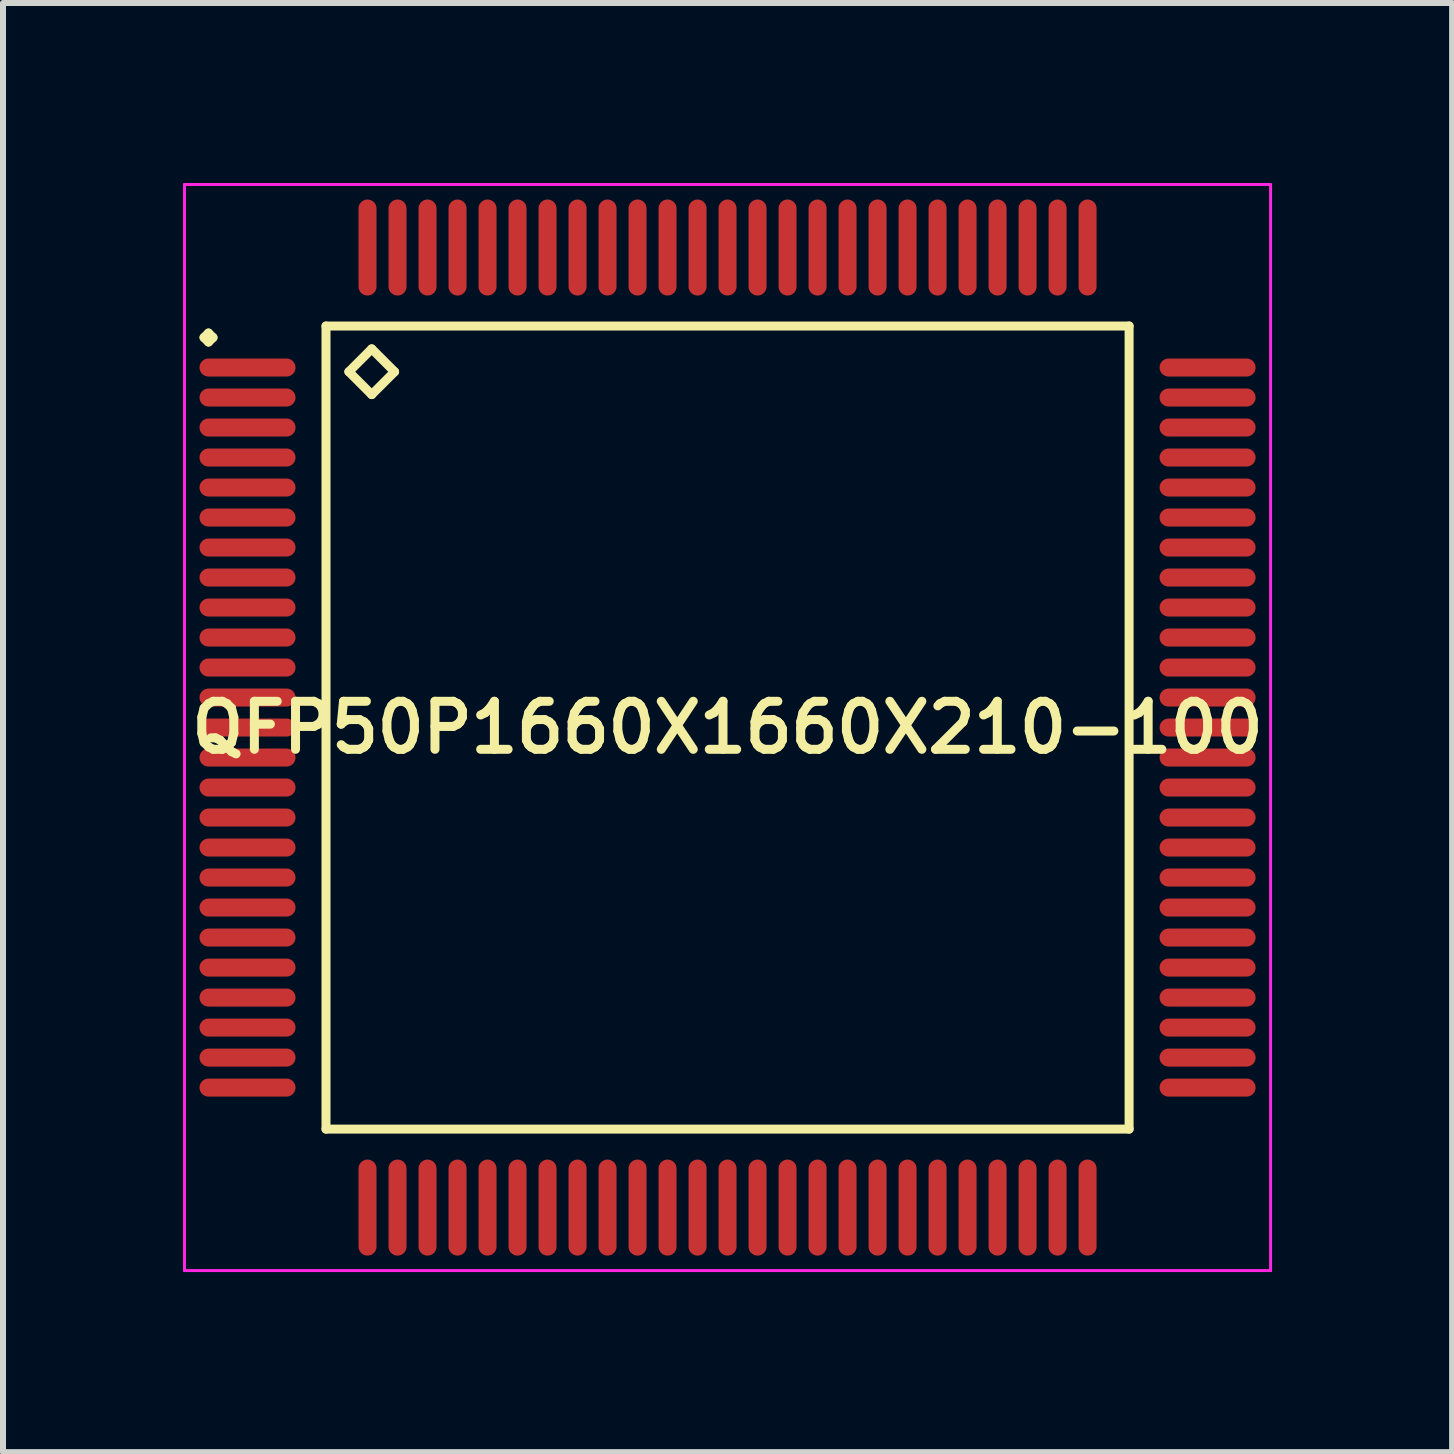
<source format=kicad_pcb>
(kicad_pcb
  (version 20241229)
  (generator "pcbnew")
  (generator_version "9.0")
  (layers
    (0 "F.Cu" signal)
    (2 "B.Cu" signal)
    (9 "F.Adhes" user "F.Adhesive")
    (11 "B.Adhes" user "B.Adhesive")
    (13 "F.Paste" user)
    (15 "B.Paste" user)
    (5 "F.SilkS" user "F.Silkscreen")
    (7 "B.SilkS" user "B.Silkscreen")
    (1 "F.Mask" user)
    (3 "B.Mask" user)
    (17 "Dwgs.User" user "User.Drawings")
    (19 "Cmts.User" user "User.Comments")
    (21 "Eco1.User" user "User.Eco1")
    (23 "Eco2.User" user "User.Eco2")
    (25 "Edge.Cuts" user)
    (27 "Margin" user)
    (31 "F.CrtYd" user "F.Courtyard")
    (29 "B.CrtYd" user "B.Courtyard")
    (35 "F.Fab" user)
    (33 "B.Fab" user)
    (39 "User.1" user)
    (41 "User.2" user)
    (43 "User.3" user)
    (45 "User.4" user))
  (footprint "QFP50P1660X1660X210-100"
    (layer "F.Cu")
    (at 9.075 9.075)
    (property "Reference" "QFP50P1660X1660X210-100" (at 0 0 0) (layer "F.SilkS") (effects (font (size 0.8 0.8) (thickness 0.15))))
    (attr smd)
    (fp_line (start -8.725 -6.5) (end -8.65 -6.575) (stroke (width 0.15) (type solid)) (layer "F.SilkS"))
    (fp_line (start -8.65 -6.575) (end -8.575 -6.5) (stroke (width 0.15) (type solid)) (layer "F.SilkS"))
    (fp_line (start -8.65 -6.425) (end -8.725 -6.5) (stroke (width 0.15) (type solid)) (layer "F.SilkS"))
    (fp_line (start -8.575 -6.5) (end -8.65 -6.425) (stroke (width 0.15) (type solid)) (layer "F.SilkS"))
    (fp_line (start -6.692 -6.692) (end -6.692 6.692) (stroke (width 0.15) (type solid)) (layer "F.SilkS"))
    (fp_line (start -6.692 6.692) (end 6.692 6.692) (stroke (width 0.15) (type solid)) (layer "F.SilkS"))
    (fp_line (start -6.311 -5.93) (end -5.93 -6.311) (stroke (width 0.15) (type solid)) (layer "F.SilkS"))
    (fp_line (start -5.93 -6.311) (end -5.549 -5.93) (stroke (width 0.15) (type solid)) (layer "F.SilkS"))
    (fp_line (start -5.93 -5.549) (end -6.311 -5.93) (stroke (width 0.15) (type solid)) (layer "F.SilkS"))
    (fp_line (start -5.549 -5.93) (end -5.93 -5.549) (stroke (width 0.15) (type solid)) (layer "F.SilkS"))
    (fp_line (start 6.692 -6.692) (end -6.692 -6.692) (stroke (width 0.15) (type solid)) (layer "F.SilkS"))
    (fp_line (start 6.692 6.692) (end 6.692 -6.692) (stroke (width 0.15) (type solid)) (layer "F.SilkS"))
    (fp_line (start -9.05 -9.05) (end 9.05 -9.05) (stroke (width 0.05) (type solid)) (layer "F.CrtYd"))
    (fp_line (start -9.05 9.05) (end -9.05 -9.05) (stroke (width 0.05) (type solid)) (layer "F.CrtYd"))
    (fp_line (start 9.05 -9.05) (end 9.05 9.05) (stroke (width 0.05) (type solid)) (layer "F.CrtYd"))
    (fp_line (start 9.05 9.05) (end -9.05 9.05) (stroke (width 0.05) (type solid)) (layer "F.CrtYd"))
    (pad "1" smd oval (at -8 -6) (size 1.6 0.3) (layers "F.Cu" "F.Mask" "F.Paste"))
    (pad "2" smd oval (at -8 -5.5) (size 1.6 0.3) (layers "F.Cu" "F.Mask" "F.Paste"))
    (pad "3" smd oval (at -8 -5) (size 1.6 0.3) (layers "F.Cu" "F.Mask" "F.Paste"))
    (pad "4" smd oval (at -8 -4.5) (size 1.6 0.3) (layers "F.Cu" "F.Mask" "F.Paste"))
    (pad "5" smd oval (at -8 -4) (size 1.6 0.3) (layers "F.Cu" "F.Mask" "F.Paste"))
    (pad "6" smd oval (at -8 -3.5) (size 1.6 0.3) (layers "F.Cu" "F.Mask" "F.Paste"))
    (pad "7" smd oval (at -8 -3) (size 1.6 0.3) (layers "F.Cu" "F.Mask" "F.Paste"))
    (pad "8" smd oval (at -8 -2.5) (size 1.6 0.3) (layers "F.Cu" "F.Mask" "F.Paste"))
    (pad "9" smd oval (at -8 -2) (size 1.6 0.3) (layers "F.Cu" "F.Mask" "F.Paste"))
    (pad "10" smd oval (at -8 -1.5) (size 1.6 0.3) (layers "F.Cu" "F.Mask" "F.Paste"))
    (pad "11" smd oval (at -8 -1) (size 1.6 0.3) (layers "F.Cu" "F.Mask" "F.Paste"))
    (pad "12" smd oval (at -8 -0.5) (size 1.6 0.3) (layers "F.Cu" "F.Mask" "F.Paste"))
    (pad "13" smd oval (at -8 0) (size 1.6 0.3) (layers "F.Cu" "F.Mask" "F.Paste"))
    (pad "14" smd oval (at -8 0.5) (size 1.6 0.3) (layers "F.Cu" "F.Mask" "F.Paste"))
    (pad "15" smd oval (at -8 1) (size 1.6 0.3) (layers "F.Cu" "F.Mask" "F.Paste"))
    (pad "16" smd oval (at -8 1.5) (size 1.6 0.3) (layers "F.Cu" "F.Mask" "F.Paste"))
    (pad "17" smd oval (at -8 2) (size 1.6 0.3) (layers "F.Cu" "F.Mask" "F.Paste"))
    (pad "18" smd oval (at -8 2.5) (size 1.6 0.3) (layers "F.Cu" "F.Mask" "F.Paste"))
    (pad "19" smd oval (at -8 3) (size 1.6 0.3) (layers "F.Cu" "F.Mask" "F.Paste"))
    (pad "20" smd oval (at -8 3.5) (size 1.6 0.3) (layers "F.Cu" "F.Mask" "F.Paste"))
    (pad "21" smd oval (at -8 4) (size 1.6 0.3) (layers "F.Cu" "F.Mask" "F.Paste"))
    (pad "22" smd oval (at -8 4.5) (size 1.6 0.3) (layers "F.Cu" "F.Mask" "F.Paste"))
    (pad "23" smd oval (at -8 5) (size 1.6 0.3) (layers "F.Cu" "F.Mask" "F.Paste"))
    (pad "24" smd oval (at -8 5.5) (size 1.6 0.3) (layers "F.Cu" "F.Mask" "F.Paste"))
    (pad "25" smd oval (at -8 6) (size 1.6 0.3) (layers "F.Cu" "F.Mask" "F.Paste"))
    (pad "26" smd oval (at -6 8) (size 0.3 1.6) (layers "F.Cu" "F.Mask" "F.Paste"))
    (pad "27" smd oval (at -5.5 8) (size 0.3 1.6) (layers "F.Cu" "F.Mask" "F.Paste"))
    (pad "28" smd oval (at -5 8) (size 0.3 1.6) (layers "F.Cu" "F.Mask" "F.Paste"))
    (pad "29" smd oval (at -4.5 8) (size 0.3 1.6) (layers "F.Cu" "F.Mask" "F.Paste"))
    (pad "30" smd oval (at -4 8) (size 0.3 1.6) (layers "F.Cu" "F.Mask" "F.Paste"))
    (pad "31" smd oval (at -3.5 8) (size 0.3 1.6) (layers "F.Cu" "F.Mask" "F.Paste"))
    (pad "32" smd oval (at -3 8) (size 0.3 1.6) (layers "F.Cu" "F.Mask" "F.Paste"))
    (pad "33" smd oval (at -2.5 8) (size 0.3 1.6) (layers "F.Cu" "F.Mask" "F.Paste"))
    (pad "34" smd oval (at -2 8) (size 0.3 1.6) (layers "F.Cu" "F.Mask" "F.Paste"))
    (pad "35" smd oval (at -1.5 8) (size 0.3 1.6) (layers "F.Cu" "F.Mask" "F.Paste"))
    (pad "36" smd oval (at -1 8) (size 0.3 1.6) (layers "F.Cu" "F.Mask" "F.Paste"))
    (pad "37" smd oval (at -0.5 8) (size 0.3 1.6) (layers "F.Cu" "F.Mask" "F.Paste"))
    (pad "38" smd oval (at 0 8) (size 0.3 1.6) (layers "F.Cu" "F.Mask" "F.Paste"))
    (pad "39" smd oval (at 0.5 8) (size 0.3 1.6) (layers "F.Cu" "F.Mask" "F.Paste"))
    (pad "40" smd oval (at 1 8) (size 0.3 1.6) (layers "F.Cu" "F.Mask" "F.Paste"))
    (pad "41" smd oval (at 1.5 8) (size 0.3 1.6) (layers "F.Cu" "F.Mask" "F.Paste"))
    (pad "42" smd oval (at 2 8) (size 0.3 1.6) (layers "F.Cu" "F.Mask" "F.Paste"))
    (pad "43" smd oval (at 2.5 8) (size 0.3 1.6) (layers "F.Cu" "F.Mask" "F.Paste"))
    (pad "44" smd oval (at 3 8) (size 0.3 1.6) (layers "F.Cu" "F.Mask" "F.Paste"))
    (pad "45" smd oval (at 3.5 8) (size 0.3 1.6) (layers "F.Cu" "F.Mask" "F.Paste"))
    (pad "46" smd oval (at 4 8) (size 0.3 1.6) (layers "F.Cu" "F.Mask" "F.Paste"))
    (pad "47" smd oval (at 4.5 8) (size 0.3 1.6) (layers "F.Cu" "F.Mask" "F.Paste"))
    (pad "48" smd oval (at 5 8) (size 0.3 1.6) (layers "F.Cu" "F.Mask" "F.Paste"))
    (pad "49" smd oval (at 5.5 8) (size 0.3 1.6) (layers "F.Cu" "F.Mask" "F.Paste"))
    (pad "50" smd oval (at 6 8) (size 0.3 1.6) (layers "F.Cu" "F.Mask" "F.Paste"))
    (pad "51" smd oval (at 8 6) (size 1.6 0.3) (layers "F.Cu" "F.Mask" "F.Paste"))
    (pad "52" smd oval (at 8 5.5) (size 1.6 0.3) (layers "F.Cu" "F.Mask" "F.Paste"))
    (pad "53" smd oval (at 8 5) (size 1.6 0.3) (layers "F.Cu" "F.Mask" "F.Paste"))
    (pad "54" smd oval (at 8 4.5) (size 1.6 0.3) (layers "F.Cu" "F.Mask" "F.Paste"))
    (pad "55" smd oval (at 8 4) (size 1.6 0.3) (layers "F.Cu" "F.Mask" "F.Paste"))
    (pad "56" smd oval (at 8 3.5) (size 1.6 0.3) (layers "F.Cu" "F.Mask" "F.Paste"))
    (pad "57" smd oval (at 8 3) (size 1.6 0.3) (layers "F.Cu" "F.Mask" "F.Paste"))
    (pad "58" smd oval (at 8 2.5) (size 1.6 0.3) (layers "F.Cu" "F.Mask" "F.Paste"))
    (pad "59" smd oval (at 8 2) (size 1.6 0.3) (layers "F.Cu" "F.Mask" "F.Paste"))
    (pad "60" smd oval (at 8 1.5) (size 1.6 0.3) (layers "F.Cu" "F.Mask" "F.Paste"))
    (pad "61" smd oval (at 8 1) (size 1.6 0.3) (layers "F.Cu" "F.Mask" "F.Paste"))
    (pad "62" smd oval (at 8 0.5) (size 1.6 0.3) (layers "F.Cu" "F.Mask" "F.Paste"))
    (pad "63" smd oval (at 8 0) (size 1.6 0.3) (layers "F.Cu" "F.Mask" "F.Paste"))
    (pad "64" smd oval (at 8 -0.5) (size 1.6 0.3) (layers "F.Cu" "F.Mask" "F.Paste"))
    (pad "65" smd oval (at 8 -1) (size 1.6 0.3) (layers "F.Cu" "F.Mask" "F.Paste"))
    (pad "66" smd oval (at 8 -1.5) (size 1.6 0.3) (layers "F.Cu" "F.Mask" "F.Paste"))
    (pad "67" smd oval (at 8 -2) (size 1.6 0.3) (layers "F.Cu" "F.Mask" "F.Paste"))
    (pad "68" smd oval (at 8 -2.5) (size 1.6 0.3) (layers "F.Cu" "F.Mask" "F.Paste"))
    (pad "69" smd oval (at 8 -3) (size 1.6 0.3) (layers "F.Cu" "F.Mask" "F.Paste"))
    (pad "70" smd oval (at 8 -3.5) (size 1.6 0.3) (layers "F.Cu" "F.Mask" "F.Paste"))
    (pad "71" smd oval (at 8 -4) (size 1.6 0.3) (layers "F.Cu" "F.Mask" "F.Paste"))
    (pad "72" smd oval (at 8 -4.5) (size 1.6 0.3) (layers "F.Cu" "F.Mask" "F.Paste"))
    (pad "73" smd oval (at 8 -5) (size 1.6 0.3) (layers "F.Cu" "F.Mask" "F.Paste"))
    (pad "74" smd oval (at 8 -5.5) (size 1.6 0.3) (layers "F.Cu" "F.Mask" "F.Paste"))
    (pad "75" smd oval (at 8 -6) (size 1.6 0.3) (layers "F.Cu" "F.Mask" "F.Paste"))
    (pad "76" smd oval (at 6 -8) (size 0.3 1.6) (layers "F.Cu" "F.Mask" "F.Paste"))
    (pad "77" smd oval (at 5.5 -8) (size 0.3 1.6) (layers "F.Cu" "F.Mask" "F.Paste"))
    (pad "78" smd oval (at 5 -8) (size 0.3 1.6) (layers "F.Cu" "F.Mask" "F.Paste"))
    (pad "79" smd oval (at 4.5 -8) (size 0.3 1.6) (layers "F.Cu" "F.Mask" "F.Paste"))
    (pad "80" smd oval (at 4 -8) (size 0.3 1.6) (layers "F.Cu" "F.Mask" "F.Paste"))
    (pad "81" smd oval (at 3.5 -8) (size 0.3 1.6) (layers "F.Cu" "F.Mask" "F.Paste"))
    (pad "82" smd oval (at 3 -8) (size 0.3 1.6) (layers "F.Cu" "F.Mask" "F.Paste"))
    (pad "83" smd oval (at 2.5 -8) (size 0.3 1.6) (layers "F.Cu" "F.Mask" "F.Paste"))
    (pad "84" smd oval (at 2 -8) (size 0.3 1.6) (layers "F.Cu" "F.Mask" "F.Paste"))
    (pad "85" smd oval (at 1.5 -8) (size 0.3 1.6) (layers "F.Cu" "F.Mask" "F.Paste"))
    (pad "86" smd oval (at 1 -8) (size 0.3 1.6) (layers "F.Cu" "F.Mask" "F.Paste"))
    (pad "87" smd oval (at 0.5 -8) (size 0.3 1.6) (layers "F.Cu" "F.Mask" "F.Paste"))
    (pad "88" smd oval (at 0 -8) (size 0.3 1.6) (layers "F.Cu" "F.Mask" "F.Paste"))
    (pad "89" smd oval (at -0.5 -8) (size 0.3 1.6) (layers "F.Cu" "F.Mask" "F.Paste"))
    (pad "90" smd oval (at -1 -8) (size 0.3 1.6) (layers "F.Cu" "F.Mask" "F.Paste"))
    (pad "91" smd oval (at -1.5 -8) (size 0.3 1.6) (layers "F.Cu" "F.Mask" "F.Paste"))
    (pad "92" smd oval (at -2 -8) (size 0.3 1.6) (layers "F.Cu" "F.Mask" "F.Paste"))
    (pad "93" smd oval (at -2.5 -8) (size 0.3 1.6) (layers "F.Cu" "F.Mask" "F.Paste"))
    (pad "94" smd oval (at -3 -8) (size 0.3 1.6) (layers "F.Cu" "F.Mask" "F.Paste"))
    (pad "95" smd oval (at -3.5 -8) (size 0.3 1.6) (layers "F.Cu" "F.Mask" "F.Paste"))
    (pad "96" smd oval (at -4 -8) (size 0.3 1.6) (layers "F.Cu" "F.Mask" "F.Paste"))
    (pad "97" smd oval (at -4.5 -8) (size 0.3 1.6) (layers "F.Cu" "F.Mask" "F.Paste"))
    (pad "98" smd oval (at -5 -8) (size 0.3 1.6) (layers "F.Cu" "F.Mask" "F.Paste"))
    (pad "99" smd oval (at -5.5 -8) (size 0.3 1.6) (layers "F.Cu" "F.Mask" "F.Paste"))
    (pad "100" smd oval (at -6 -8) (size 0.3 1.6) (layers "F.Cu" "F.Mask" "F.Paste")))
  (gr_rect
    (start -3 -3)
    (end 21.15 21.15)
    (stroke (width 0.1) (type default))
    (fill no)
    (layer "Edge.Cuts")))
</source>
